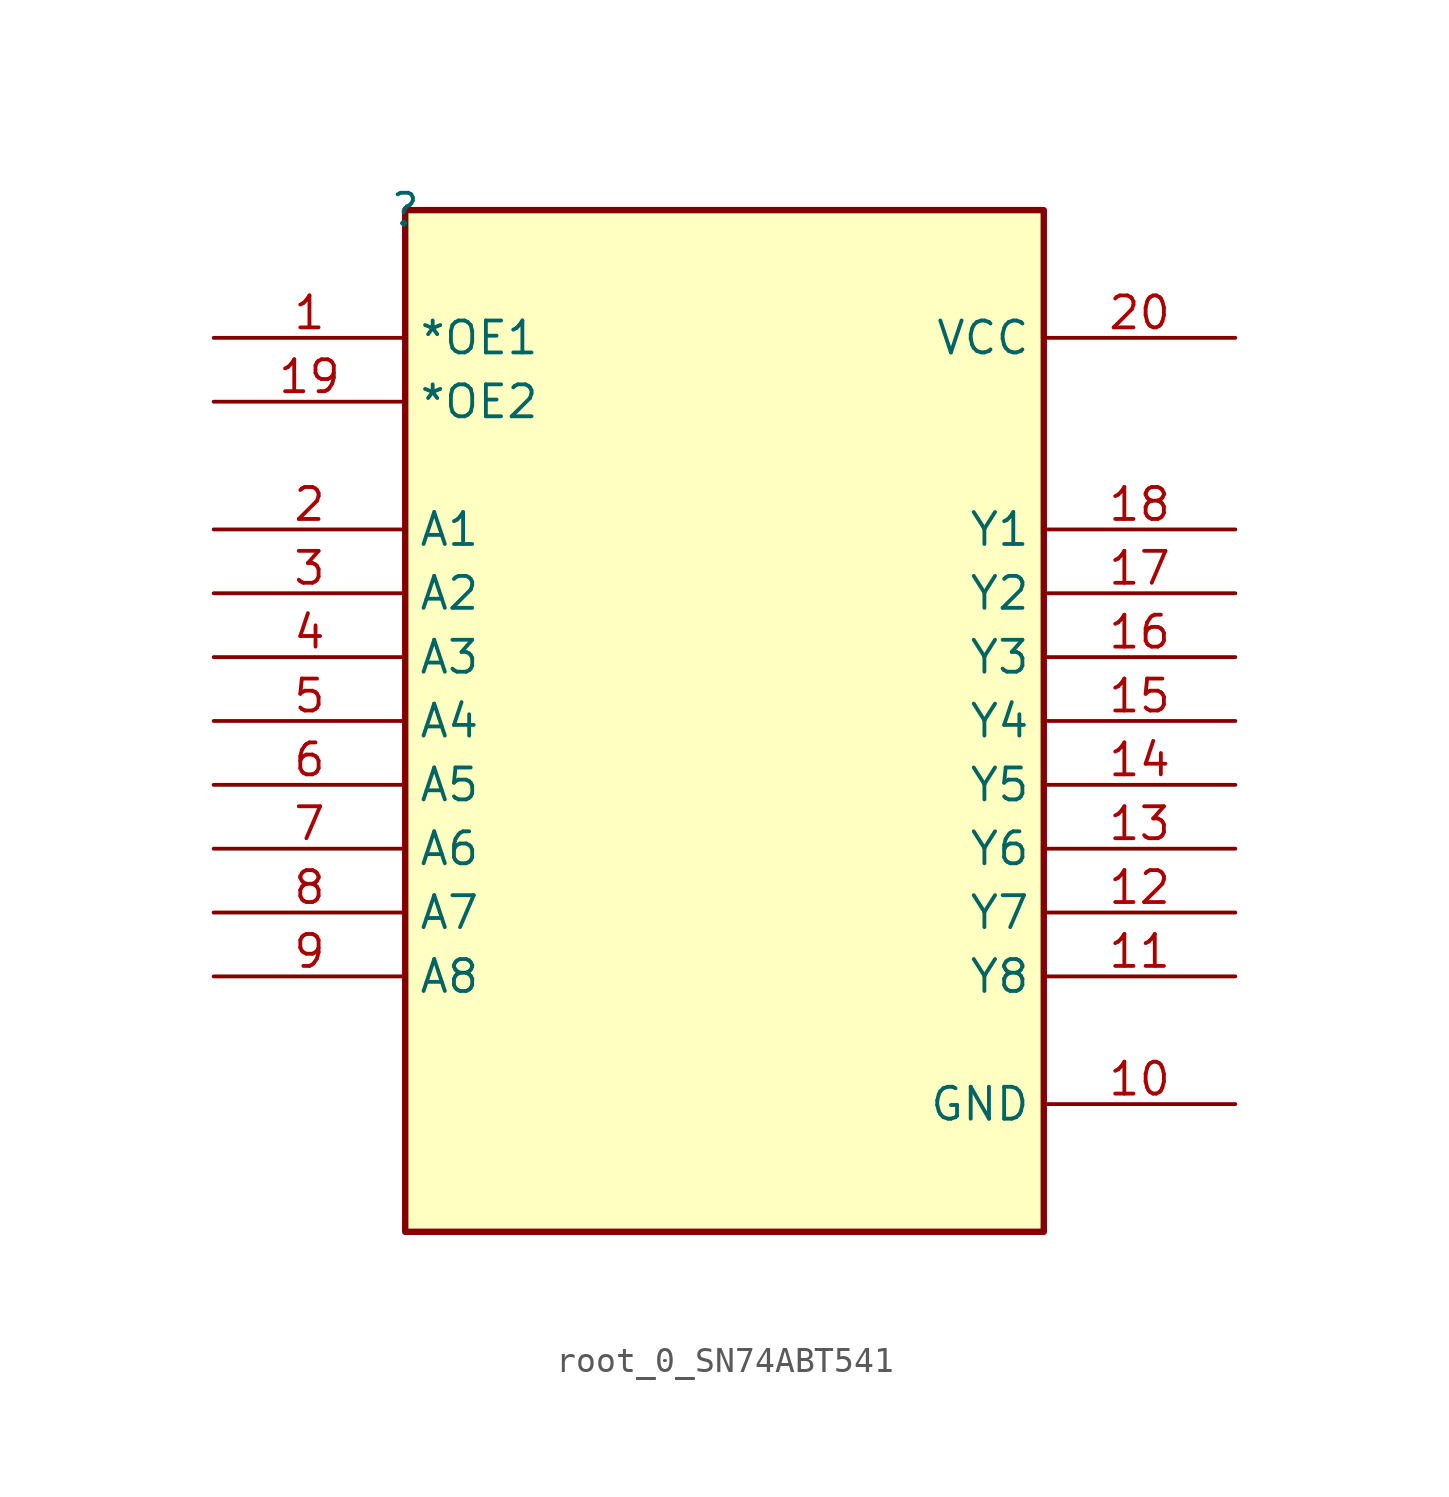
<source format=kicad_sym>
(kicad_symbol_lib
  (version 20220914)
  (generator kicad_symbol_editor)
  (symbol "root_0_SN74ABT541"
    (property "Reference" ""
      (at 0 0 0)
      (effects (font (size 1.27 1.27))))
    (property "Value" ""
      (at 0 0 0)
      (effects (font (size 1.27 1.27))))
    (symbol "root_0_SN74ABT541_1_0"
      (rectangle (start 25.4 0) (end 0 -40.64) (stroke (width 0.254) (type solid)) (fill (type background)))
      (pin input line (at -7.62 -5.08 0) (length 7.62) (name "*OE1" (effects (font (size 1.27 1.27)))) (number "1" (effects (font (size 1.27 1.27)))))
      (pin power_in line (at 33.02 -35.56 180) (length 7.62) (name "GND" (effects (font (size 1.27 1.27)))) (number "10" (effects (font (size 1.27 1.27)))))
      (pin output line (at 33.02 -30.48 180) (length 7.62) (name "Y8" (effects (font (size 1.27 1.27)))) (number "11" (effects (font (size 1.27 1.27)))))
      (pin output line (at 33.02 -27.94 180) (length 7.62) (name "Y7" (effects (font (size 1.27 1.27)))) (number "12" (effects (font (size 1.27 1.27)))))
      (pin output line (at 33.02 -25.4 180) (length 7.62) (name "Y6" (effects (font (size 1.27 1.27)))) (number "13" (effects (font (size 1.27 1.27)))))
      (pin output line (at 33.02 -22.86 180) (length 7.62) (name "Y5" (effects (font (size 1.27 1.27)))) (number "14" (effects (font (size 1.27 1.27)))))
      (pin output line (at 33.02 -20.32 180) (length 7.62) (name "Y4" (effects (font (size 1.27 1.27)))) (number "15" (effects (font (size 1.27 1.27)))))
      (pin output line (at 33.02 -17.78 180) (length 7.62) (name "Y3" (effects (font (size 1.27 1.27)))) (number "16" (effects (font (size 1.27 1.27)))))
      (pin output line (at 33.02 -15.24 180) (length 7.62) (name "Y2" (effects (font (size 1.27 1.27)))) (number "17" (effects (font (size 1.27 1.27)))))
      (pin output line (at 33.02 -12.7 180) (length 7.62) (name "Y1" (effects (font (size 1.27 1.27)))) (number "18" (effects (font (size 1.27 1.27)))))
      (pin input line (at -7.62 -7.62 0) (length 7.62) (name "*OE2" (effects (font (size 1.27 1.27)))) (number "19" (effects (font (size 1.27 1.27)))))
      (pin input line (at -7.62 -12.7 0) (length 7.62) (name "A1" (effects (font (size 1.27 1.27)))) (number "2" (effects (font (size 1.27 1.27)))))
      (pin power_in line (at 33.02 -5.08 180) (length 7.62) (name "VCC" (effects (font (size 1.27 1.27)))) (number "20" (effects (font (size 1.27 1.27)))))
      (pin input line (at -7.62 -15.24 0) (length 7.62) (name "A2" (effects (font (size 1.27 1.27)))) (number "3" (effects (font (size 1.27 1.27)))))
      (pin input line (at -7.62 -17.78 0) (length 7.62) (name "A3" (effects (font (size 1.27 1.27)))) (number "4" (effects (font (size 1.27 1.27)))))
      (pin input line (at -7.62 -20.32 0) (length 7.62) (name "A4" (effects (font (size 1.27 1.27)))) (number "5" (effects (font (size 1.27 1.27)))))
      (pin input line (at -7.62 -22.86 0) (length 7.62) (name "A5" (effects (font (size 1.27 1.27)))) (number "6" (effects (font (size 1.27 1.27)))))
      (pin input line (at -7.62 -25.4 0) (length 7.62) (name "A6" (effects (font (size 1.27 1.27)))) (number "7" (effects (font (size 1.27 1.27)))))
      (pin input line (at -7.62 -27.94 0) (length 7.62) (name "A7" (effects (font (size 1.27 1.27)))) (number "8" (effects (font (size 1.27 1.27)))))
      (pin input line (at -7.62 -30.48 0) (length 7.62) (name "A8" (effects (font (size 1.27 1.27)))) (number "9" (effects (font (size 1.27 1.27))))))))
</source>
